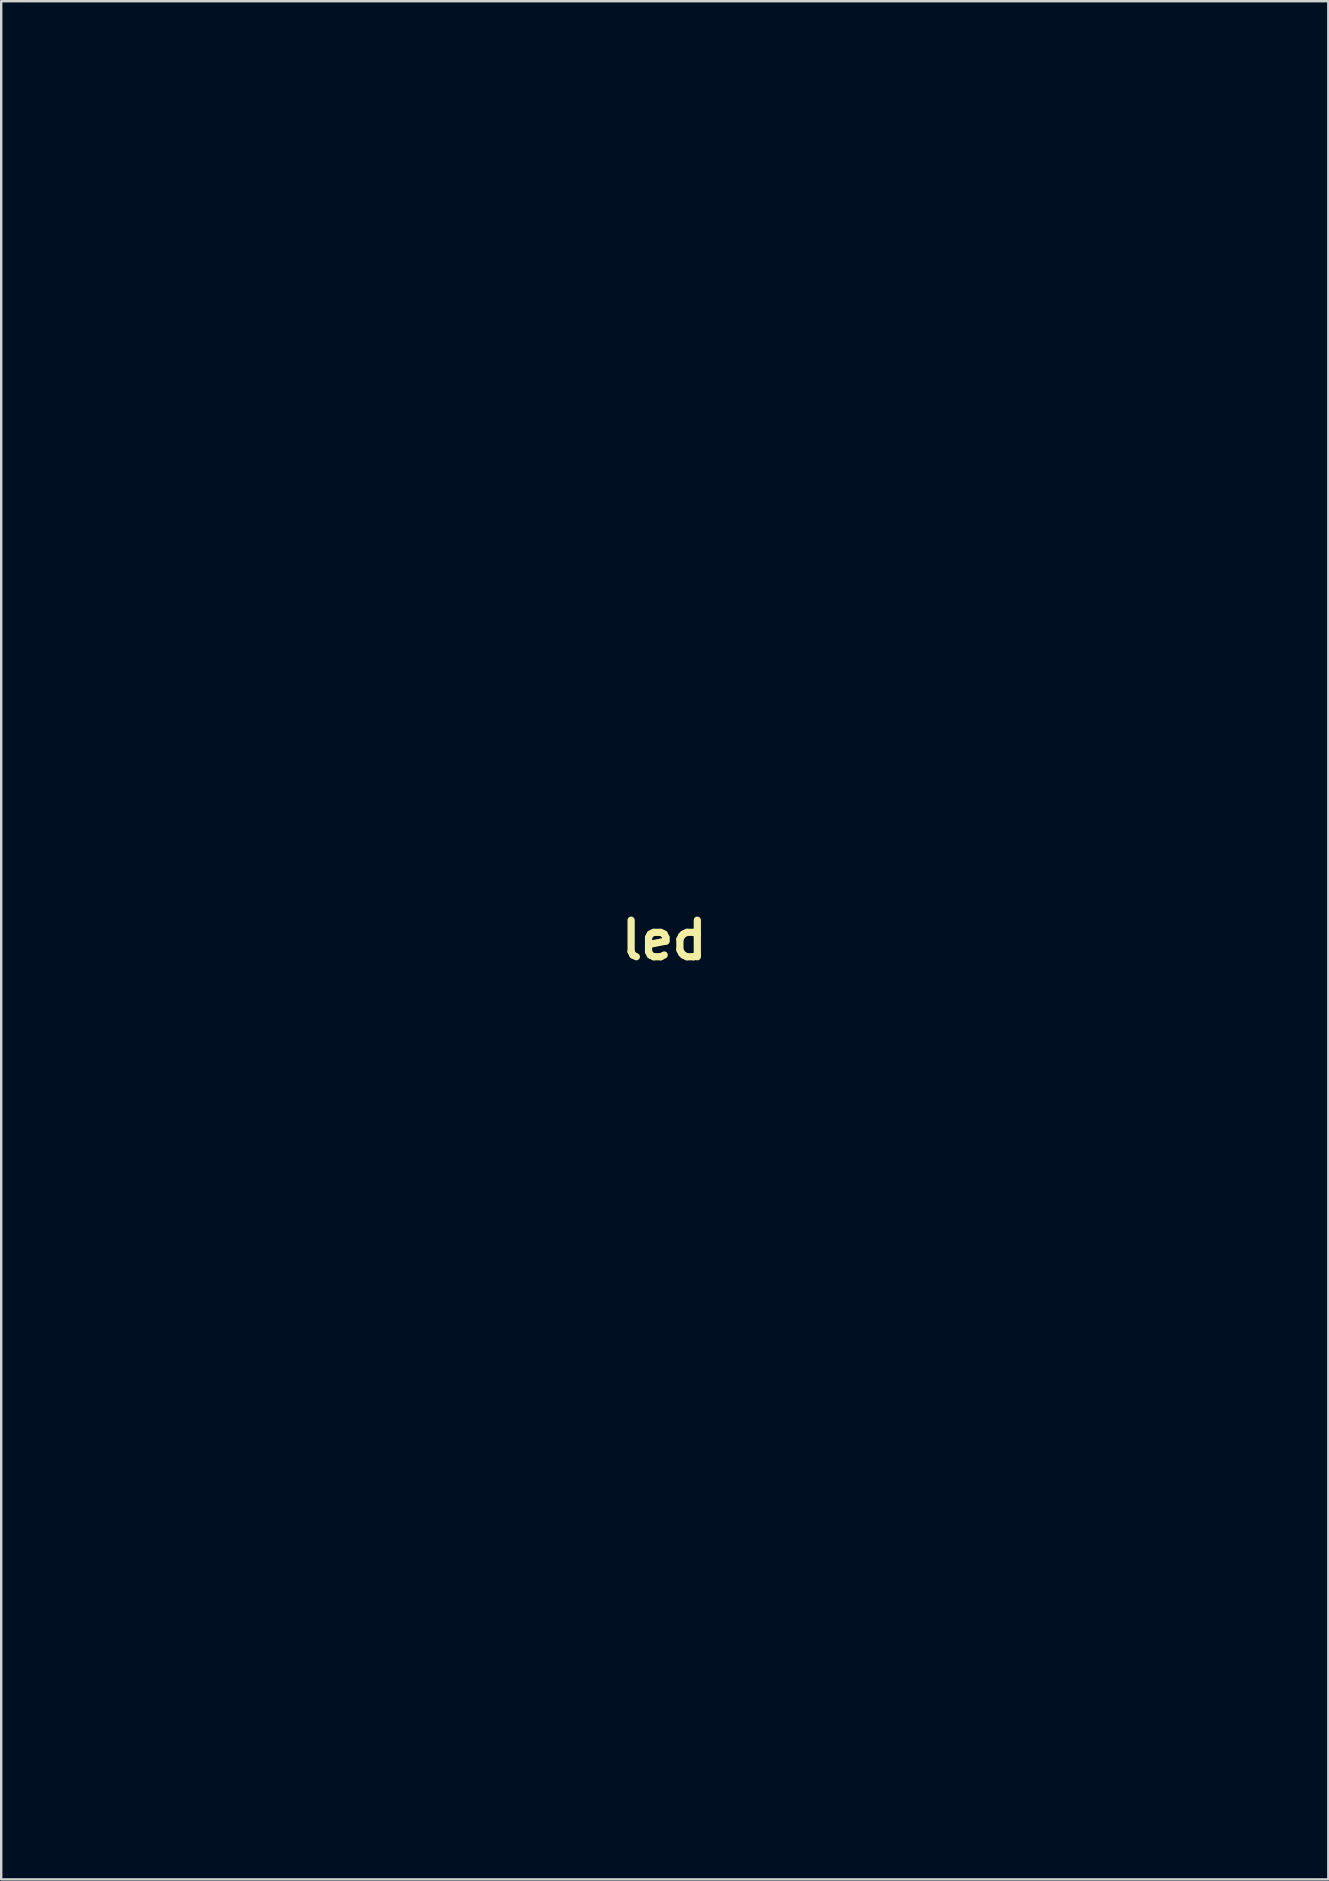
<source format=kicad_pcb>
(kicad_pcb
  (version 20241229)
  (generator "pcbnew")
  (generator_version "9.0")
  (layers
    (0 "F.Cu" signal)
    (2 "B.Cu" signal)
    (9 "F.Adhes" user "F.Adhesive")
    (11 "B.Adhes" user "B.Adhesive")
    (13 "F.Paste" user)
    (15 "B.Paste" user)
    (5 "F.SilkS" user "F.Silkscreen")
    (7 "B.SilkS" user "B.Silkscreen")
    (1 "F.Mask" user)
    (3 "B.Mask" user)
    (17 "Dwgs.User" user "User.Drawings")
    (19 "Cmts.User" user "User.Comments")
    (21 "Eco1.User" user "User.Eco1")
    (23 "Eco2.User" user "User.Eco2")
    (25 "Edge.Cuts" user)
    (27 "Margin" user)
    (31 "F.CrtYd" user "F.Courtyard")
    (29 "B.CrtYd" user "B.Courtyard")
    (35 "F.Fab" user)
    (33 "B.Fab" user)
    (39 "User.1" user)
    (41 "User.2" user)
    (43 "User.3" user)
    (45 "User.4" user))
  (footprint "led"
    (layer "F.Cu")
    (at 24.624 36.123)
    (property "Reference" "led" (at 0 0 0) (layer "F.SilkS") (effects (font (size 1.524 1.524) (thickness 0.3))))
    (attr through_hole)
    (fp_poly (pts (xy -9.363 19.701) (xy -8.812 19.95) (xy -8.405 20.351) (xy -8.35 20.569) (xy -8.303 21.036) (xy -8.261 21.719) (xy -8.227 22.585) (xy -8.2 23.6) (xy -8.179 24.733) (xy -8.165 25.949) (xy -8.158 27.215) (xy -8.157 28.499) (xy -8.164 29.768) (xy -8.177 30.987) (xy -8.197 32.125) (xy -8.224 33.147) (xy -8.258 34.022) (xy -8.298 34.716) (xy -8.346 35.195) (xy -8.398 35.422) (xy -8.668 35.806) (xy -9.035 36.026) (xy -9.569 36.117) (xy -9.866 36.124) (xy -10.364 36.09) (xy -10.725 35.954) (xy -11.04 35.713) (xy -11.501 35.301) (xy -11.54 28.168) (xy -11.548 26.526) (xy -11.552 25.143) (xy -11.551 23.995) (xy -11.546 23.059) (xy -11.535 22.31) (xy -11.518 21.726) (xy -11.495 21.282) (xy -11.464 20.956) (xy -11.426 20.723) (xy -11.38 20.561) (xy -11.368 20.531) (xy -11.034 20.058) (xy -10.542 19.759) (xy -9.962 19.638) (xy -9.363 19.701)) (stroke (width 0.01) (type solid)) (fill no) (layer "Eco2.User"))
    (fp_poly (pts (xy 10.287 19.691) (xy 10.664 19.821) (xy 10.86 19.906) (xy 11.026 19.999) (xy 11.164 20.123) (xy 11.276 20.301) (xy 11.366 20.554) (xy 11.435 20.907) (xy 11.486 21.382) (xy 11.521 22.001) (xy 11.542 22.787) (xy 11.552 23.763) (xy 11.554 24.952) (xy 11.549 26.376) (xy 11.54 28.058) (xy 11.54 28.168) (xy 11.501 35.301) (xy 11.04 35.713) (xy 10.698 35.971) (xy 10.35 36.091) (xy 9.861 36.12) (xy 9.84 36.12) (xy 9.367 36.091) (xy 8.984 36.022) (xy 8.855 35.972) (xy 8.71 35.882) (xy 8.587 35.777) (xy 8.486 35.636) (xy 8.403 35.435) (xy 8.337 35.151) (xy 8.285 34.761) (xy 8.247 34.242) (xy 8.22 33.57) (xy 8.202 32.722) (xy 8.192 31.676) (xy 8.186 30.408) (xy 8.185 28.895) (xy 8.184 27.837) (xy 8.184 26.185) (xy 8.185 24.791) (xy 8.191 23.632) (xy 8.202 22.686) (xy 8.222 21.928) (xy 8.253 21.335) (xy 8.298 20.884) (xy 8.36 20.551) (xy 8.44 20.314) (xy 8.541 20.147) (xy 8.666 20.029) (xy 8.817 19.936) (xy 8.996 19.844) (xy 9.033 19.825) (xy 9.641 19.634) (xy 10.287 19.691)) (stroke (width 0.01) (type solid)) (fill no) (layer "Eco2.User"))
    (fp_poly (pts (xy 0.925 -36.107) (xy 2.016 -36.056) (xy 2.95 -35.966) (xy 3.264 -35.918) (xy 5.554 -35.38) (xy 7.734 -34.594) (xy 9.787 -33.574) (xy 11.697 -32.334) (xy 13.446 -30.891) (xy 15.017 -29.259) (xy 16.395 -27.453) (xy 17.561 -25.488) (xy 18.499 -23.379) (xy 18.977 -21.943) (xy 19.118 -21.448) (xy 19.241 -20.985) (xy 19.348 -20.531) (xy 19.438 -20.064) (xy 19.514 -19.56) (xy 19.576 -18.998) (xy 19.627 -18.354) (xy 19.667 -17.605) (xy 19.698 -16.729) (xy 19.72 -15.704) (xy 19.736 -14.506) (xy 19.746 -13.113) (xy 19.751 -11.502) (xy 19.754 -9.65) (xy 19.754 -7.902) (xy 19.754 -5.97) (xy 19.753 -4.301) (xy 19.751 -2.873) (xy 19.747 -1.667) (xy 19.74 -0.662) (xy 19.731 0.16) (xy 19.718 0.822) (xy 19.701 1.342) (xy 19.679 1.741) (xy 19.653 2.039) (xy 19.621 2.257) (xy 19.583 2.413) (xy 19.539 2.53) (xy 19.487 2.626) (xy 19.48 2.638) (xy 19.083 3.045) (xy 18.544 3.281) (xy 17.944 3.344) (xy 17.361 3.23) (xy 16.874 2.938) (xy 16.686 2.717) (xy 16.639 2.63) (xy 16.598 2.507) (xy 16.563 2.328) (xy 16.532 2.075) (xy 16.505 1.728) (xy 16.482 1.267) (xy 16.462 0.673) (xy 16.444 -0.073) (xy 16.427 -0.99) (xy 16.412 -2.099) (xy 16.397 -3.418) (xy 16.383 -4.967) (xy 16.367 -6.765) (xy 16.356 -8.178) (xy 16.34 -10.199) (xy 16.325 -11.96) (xy 16.311 -13.483) (xy 16.294 -14.79) (xy 16.275 -15.905) (xy 16.25 -16.848) (xy 16.22 -17.642) (xy 16.182 -18.309) (xy 16.135 -18.873) (xy 16.077 -19.353) (xy 16.007 -19.774) (xy 15.924 -20.157) (xy 15.825 -20.524) (xy 15.71 -20.898) (xy 15.577 -21.301) (xy 15.451 -21.677) (xy 14.717 -23.45) (xy 13.737 -25.17) (xy 12.546 -26.788) (xy 11.18 -28.257) (xy 9.725 -29.489) (xy 7.938 -30.652) (xy 6.065 -31.556) (xy 4.128 -32.205) (xy 2.149 -32.6) (xy 0.151 -32.743) (xy -1.843 -32.637) (xy -3.811 -32.283) (xy -5.73 -31.683) (xy -7.578 -30.84) (xy -9.332 -29.756) (xy -10.969 -28.432) (xy -11.924 -27.484) (xy -13.3 -25.803) (xy -14.429 -23.99) (xy -15.305 -22.055) (xy -15.923 -20.009) (xy -16.223 -18.344) (xy -16.245 -18.032) (xy -16.266 -17.455) (xy -16.285 -16.634) (xy -16.303 -15.585) (xy -16.319 -14.328) (xy -16.333 -12.882) (xy -16.344 -11.263) (xy -16.353 -9.492) (xy -16.36 -7.587) (xy -16.364 -5.565) (xy -16.365 -4.405) (xy -16.365 -2.149) (xy -16.366 -0.158) (xy -16.369 1.586) (xy -16.374 3.098) (xy -16.382 4.398) (xy -16.394 5.501) (xy -16.411 6.425) (xy -16.433 7.188) (xy -16.463 7.806) (xy -16.499 8.297) (xy -16.545 8.678) (xy -16.6 8.966) (xy -16.665 9.178) (xy -16.741 9.332) (xy -16.829 9.445) (xy -16.93 9.534) (xy -17.045 9.616) (xy -17.091 9.648) (xy -17.363 9.772) (xy -17.781 9.846) (xy -18.403 9.876) (xy -18.672 9.878) (xy -19.554 9.916) (xy -20.205 10.04) (xy -20.668 10.266) (xy -20.986 10.612) (xy -21.085 10.792) (xy -21.269 11.279) (xy -21.276 11.689) (xy -21.106 12.166) (xy -21.085 12.209) (xy -21.032 12.334) (xy -20.986 12.447) (xy -20.934 12.549) (xy -20.863 12.64) (xy -20.759 12.721) (xy -20.608 12.792) (xy -20.397 12.855) (xy -20.111 12.909) (xy -19.738 12.955) (xy -19.263 12.994) (xy -18.674 13.027) (xy -17.955 13.054) (xy -17.094 13.075) (xy -16.077 13.092) (xy -14.89 13.104) (xy -13.52 13.113) (xy -11.953 13.119) (xy -10.175 13.122) (xy -8.173 13.124) (xy -5.932 13.124) (xy -3.44 13.124) (xy -0.682 13.123) (xy -0.006 13.123) (xy 3.112 13.122) (xy 5.953 13.12) (xy 8.521 13.115) (xy 10.819 13.109) (xy 12.853 13.101) (xy 14.628 13.09) (xy 16.146 13.078) (xy 17.414 13.064) (xy 18.435 13.048) (xy 19.214 13.029) (xy 19.755 13.009) (xy 20.062 12.986) (xy 20.134 12.973) (xy 20.734 12.625) (xy 21.118 12.141) (xy 21.266 11.569) (xy 21.157 10.953) (xy 21.109 10.843) (xy 21.052 10.708) (xy 21.005 10.588) (xy 20.952 10.481) (xy 20.879 10.386) (xy 20.77 10.303) (xy 20.611 10.231) (xy 20.385 10.169) (xy 20.079 10.116) (xy 19.675 10.071) (xy 19.161 10.034) (xy 18.519 10.003) (xy 17.736 9.978) (xy 16.795 9.958) (xy 15.682 9.942) (xy 14.382 9.929) (xy 12.879 9.918) (xy 11.157 9.908) (xy 9.203 9.9) (xy 7 9.891) (xy 4.534 9.88) (xy 3.931 9.878) (xy 1.438 9.867) (xy -0.787 9.857) (xy -2.761 9.847) (xy -4.499 9.837) (xy -6.016 9.828) (xy -7.329 9.817) (xy -8.451 9.806) (xy -9.399 9.794) (xy -10.189 9.78) (xy -10.835 9.765) (xy -11.352 9.747) (xy -11.757 9.727) (xy -12.065 9.704) (xy -12.291 9.678) (xy -12.451 9.649) (xy -12.559 9.617) (xy -12.632 9.58) (xy -12.684 9.539) (xy -13.039 9.052) (xy -13.189 8.473) (xy -13.151 7.869) (xy -12.941 7.307) (xy -12.575 6.855) (xy -12.067 6.58) (xy -11.988 6.56) (xy -11.578 6.47) (xy -11.501 -9.054) (xy -11.04 -9.466) (xy -10.579 -9.878) (xy 2.286 -9.878) (xy 2.757 -9.406) (xy 3.204 -8.819) (xy 3.37 -8.226) (xy 3.33 -7.835) (xy 3.216 -7.61) (xy 2.954 -7.2) (xy 2.57 -6.641) (xy 2.087 -5.965) (xy 1.533 -5.206) (xy 0.932 -4.398) (xy 0.31 -3.574) (xy -0.307 -2.768) (xy -0.895 -2.014) (xy -1.428 -1.345) (xy -1.88 -0.795) (xy -2.226 -0.398) (xy -2.44 -0.187) (xy -2.473 -0.165) (xy -3.145 0.013) (xy -3.775 -0.051) (xy -4.312 -0.331) (xy -4.703 -0.799) (xy -4.898 -1.429) (xy -4.898 -1.43) (xy -4.903 -1.982) (xy -4.797 -2.402) (xy -4.791 -2.414) (xy -4.656 -2.622) (xy -4.385 -3.01) (xy -4.011 -3.53) (xy -3.569 -4.137) (xy -3.091 -4.784) (xy -2.612 -5.426) (xy -2.166 -6.016) (xy -1.936 -6.315) (xy -1.945 -6.373) (xy -2.09 -6.418) (xy -2.399 -6.451) (xy -2.9 -6.473) (xy -3.618 -6.485) (xy -4.582 -6.491) (xy -4.992 -6.491) (xy -8.184 -6.491) (xy -8.184 6.491) (xy 8.184 6.491) (xy 8.184 0) (xy 2.648 0) (xy 2.1 -0.548) (xy 1.681 -1.101) (xy 1.54 -1.654) (xy 1.673 -2.225) (xy 1.711 -2.302) (xy 1.833 -2.49) (xy 2.102 -2.872) (xy 2.497 -3.419) (xy 2.995 -4.1) (xy 3.574 -4.886) (xy 4.211 -5.744) (xy 4.478 -6.102) (xy 5.221 -7.093) (xy 5.818 -7.881) (xy 6.291 -8.491) (xy 6.661 -8.947) (xy 6.949 -9.273) (xy 7.176 -9.495) (xy 7.364 -9.637) (xy 7.535 -9.723) (xy 7.64 -9.759) (xy 8.329 -9.844) (xy 8.932 -9.696) (xy 9.414 -9.36) (xy 9.741 -8.88) (xy 9.879 -8.3) (xy 9.794 -7.665) (xy 9.588 -7.216) (xy 9.399 -6.934) (xy 9.078 -6.482) (xy 8.666 -5.915) (xy 8.201 -5.289) (xy 8.032 -5.065) (xy 6.765 -3.387) (xy 8.467 -3.387) (xy 9.417 -3.368) (xy 10.129 -3.305) (xy 10.643 -3.183) (xy 11.002 -2.989) (xy 11.247 -2.712) (xy 11.365 -2.479) (xy 11.426 -2.279) (xy 11.475 -1.986) (xy 11.512 -1.571) (xy 11.539 -1.003) (xy 11.557 -0.252) (xy 11.567 0.713) (xy 11.571 1.923) (xy 11.571 2.245) (xy 11.571 6.474) (xy 16.263 6.518) (xy 20.955 6.562) (xy 21.835 6.968) (xy 22.703 7.494) (xy 23.475 8.198) (xy 24.078 9.007) (xy 24.288 9.418) (xy 24.553 10.304) (xy 24.665 11.308) (xy 24.616 12.305) (xy 24.492 12.9) (xy 24.051 13.998) (xy 23.416 14.896) (xy 22.567 15.617) (xy 21.802 16.044) (xy 20.955 16.439) (xy 0.282 16.462) (xy -2.237 16.464) (xy -4.66 16.464) (xy -6.972 16.462) (xy -9.16 16.459) (xy -11.207 16.454) (xy -13.1 16.448) (xy -14.824 16.44) (xy -16.364 16.431) (xy -17.706 16.421) (xy -18.835 16.41) (xy -19.736 16.397) (xy -20.395 16.384) (xy -20.797 16.369) (xy -20.92 16.358) (xy -21.999 15.961) (xy -22.942 15.327) (xy -23.721 14.48) (xy -24.228 13.617) (xy -24.421 13.169) (xy -24.539 12.772) (xy -24.599 12.328) (xy -24.619 11.74) (xy -24.619 11.43) (xy -24.606 10.752) (xy -24.56 10.26) (xy -24.466 9.859) (xy -24.304 9.454) (xy -24.225 9.287) (xy -23.602 8.315) (xy -22.78 7.532) (xy -21.778 6.953) (xy -20.62 6.594) (xy -20.361 6.549) (xy -19.767 6.457) (xy -19.718 -6.402) (xy -19.71 -8.645) (xy -19.702 -10.624) (xy -19.694 -12.362) (xy -19.685 -13.876) (xy -19.673 -15.186) (xy -19.656 -16.314) (xy -19.635 -17.277) (xy -19.608 -18.097) (xy -19.573 -18.792) (xy -19.529 -19.383) (xy -19.475 -19.889) (xy -19.411 -20.33) (xy -19.334 -20.726) (xy -19.245 -21.096) (xy -19.14 -21.461) (xy -19.02 -21.839) (xy -18.883 -22.251) (xy -18.75 -22.648) (xy -17.903 -24.791) (xy -16.826 -26.782) (xy -15.507 -28.64) (xy -13.976 -30.345) (xy -12.188 -31.943) (xy -10.267 -33.291) (xy -8.217 -34.39) (xy -6.039 -35.236) (xy -3.736 -35.83) (xy -3.264 -35.918) (xy -2.418 -36.024) (xy -1.38 -36.091) (xy -0.236 -36.118) (xy 0.925 -36.107)) (stroke (width 0.01) (type solid)) (fill no) (layer "Eco2.User")))
  (gr_rect
    (start -3 -3)
    (end 52.293 75.253)
    (stroke (width 0.1) (type default))
    (fill no)
    (layer "Edge.Cuts")))
</source>
